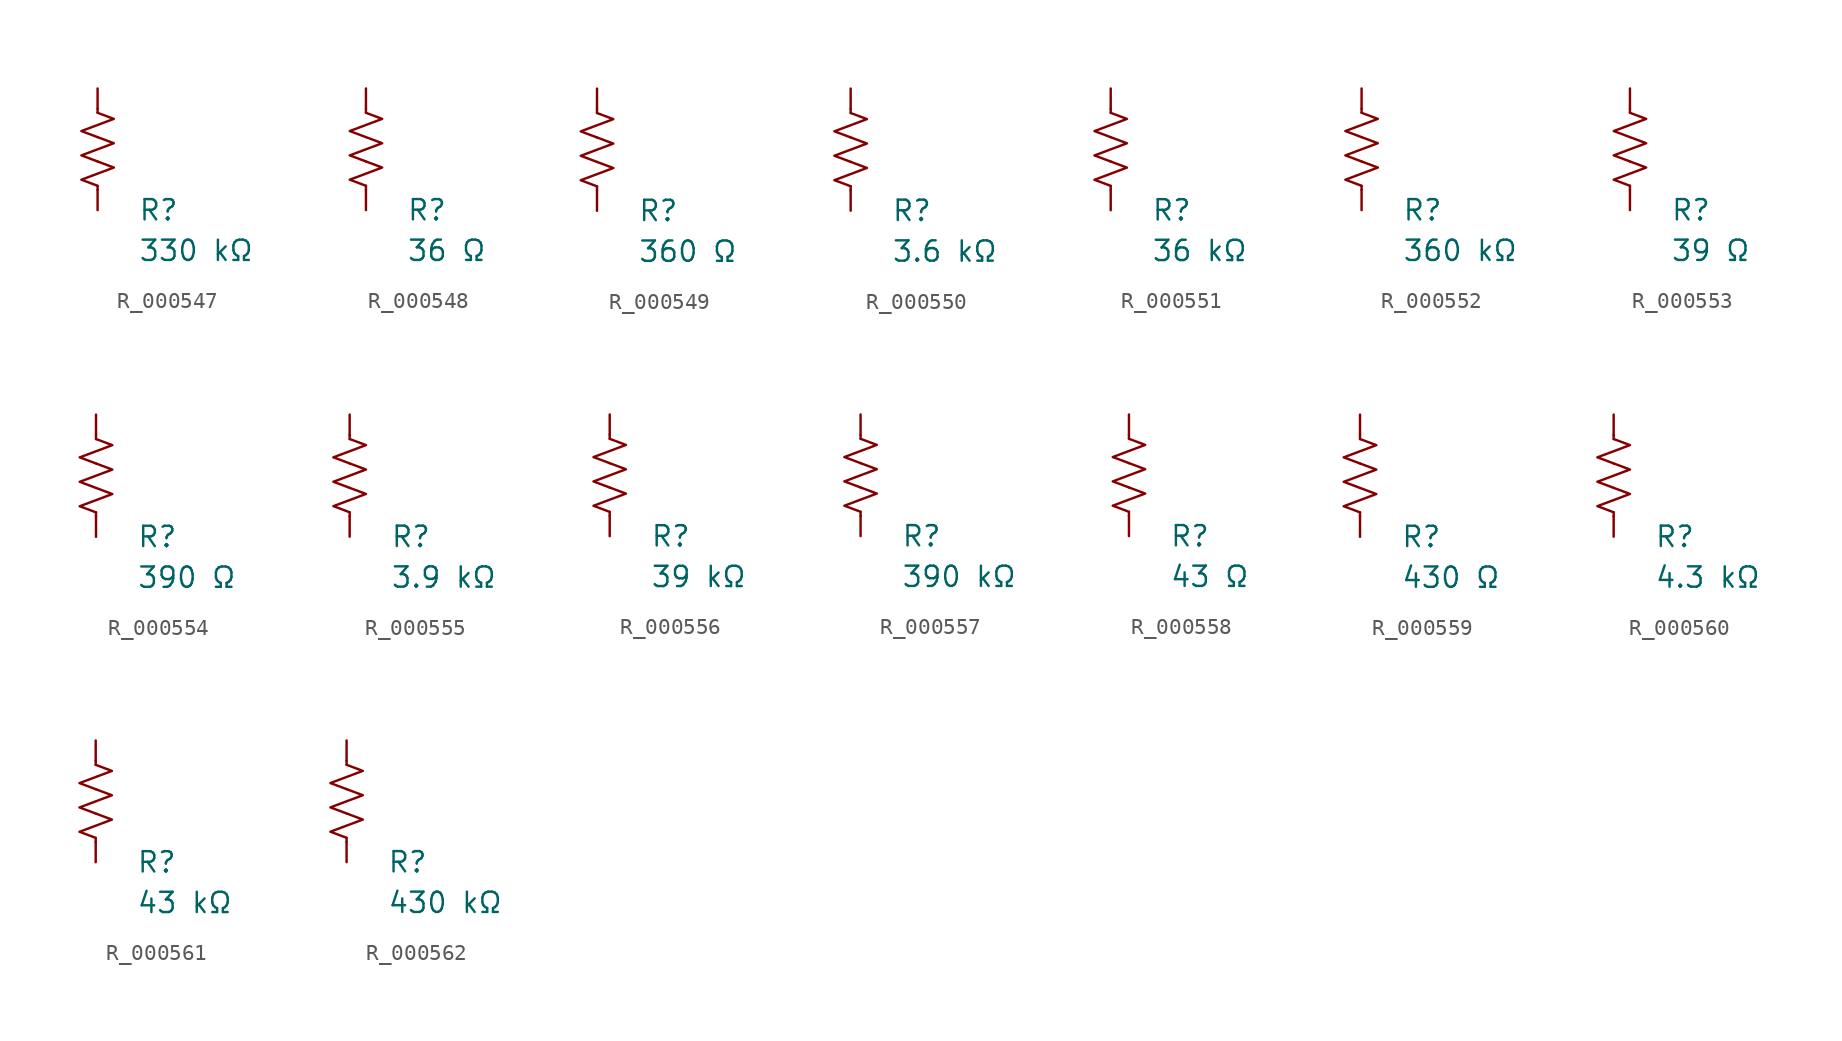
<source format=kicad_sym>
(kicad_symbol_lib
  (version 20231120)
  (generator "kicad_symbol_editor")
  (generator_version "8.0")
  (symbol "R_000547"
    (pin_numbers hide)
    (pin_names
      (offset 0))
    (property "Reference" "R"
      (at 2.54 -3.81 0)
      (effects (font (size 1.27 1.27)) (justify left))
      (show_name no))
    (property "Value" "330 kΩ"
      (at 2.54 -6.35 0)
      (effects (font (size 1.27 1.27)) (justify left))
      (show_name no))
    (symbol "R_000547_0_1"
      (polyline (pts (xy 0 -2.286) (xy 0 -2.54)) (stroke (width 0) (type default)) (fill (type none)))
      (polyline (pts (xy 0 2.286) (xy 0 2.54)) (stroke (width 0) (type default)) (fill (type none)))
      (polyline (pts (xy 0 -0.762) (xy 1.016 -1.143) (xy 0 -1.524) (xy -1.016 -1.905) (xy 0 -2.286)) (stroke (width 0) (type default)) (fill (type none)))
      (polyline (pts (xy 0 0.762) (xy 1.016 0.381) (xy 0 0) (xy -1.016 -0.381) (xy 0 -0.762)) (stroke (width 0) (type default)) (fill (type none)))
      (polyline (pts (xy 0 2.286) (xy 1.016 1.905) (xy 0 1.524) (xy -1.016 1.143) (xy 0 0.762)) (stroke (width 0) (type default)) (fill (type none))))
    (symbol "R_000547_1_1"
      (pin passive line (at 0 3.81 270) (length 1.27) (name "~" (effects (font (size 1.27 1.27)))) (number "1" (effects (font (size 1.27 1.27)))))
      (pin passive line (at 0 -3.81 90) (length 1.27) (name "~" (effects (font (size 1.27 1.27)))) (number "2" (effects (font (size 1.27 1.27)))))))
  (symbol "R_000548"
    (pin_numbers hide)
    (pin_names
      (offset 0))
    (property "Reference" "R"
      (at 2.54 -3.81 0)
      (effects (font (size 1.27 1.27)) (justify left))
      (show_name no))
    (property "Value" "36 Ω"
      (at 2.54 -6.35 0)
      (effects (font (size 1.27 1.27)) (justify left))
      (show_name no))
    (symbol "R_000548_0_1"
      (polyline (pts (xy 0 -2.286) (xy 0 -2.54)) (stroke (width 0) (type default)) (fill (type none)))
      (polyline (pts (xy 0 2.286) (xy 0 2.54)) (stroke (width 0) (type default)) (fill (type none)))
      (polyline (pts (xy 0 -0.762) (xy 1.016 -1.143) (xy 0 -1.524) (xy -1.016 -1.905) (xy 0 -2.286)) (stroke (width 0) (type default)) (fill (type none)))
      (polyline (pts (xy 0 0.762) (xy 1.016 0.381) (xy 0 0) (xy -1.016 -0.381) (xy 0 -0.762)) (stroke (width 0) (type default)) (fill (type none)))
      (polyline (pts (xy 0 2.286) (xy 1.016 1.905) (xy 0 1.524) (xy -1.016 1.143) (xy 0 0.762)) (stroke (width 0) (type default)) (fill (type none))))
    (symbol "R_000548_1_1"
      (pin passive line (at 0 3.81 270) (length 1.27) (name "~" (effects (font (size 1.27 1.27)))) (number "1" (effects (font (size 1.27 1.27)))))
      (pin passive line (at 0 -3.81 90) (length 1.27) (name "~" (effects (font (size 1.27 1.27)))) (number "2" (effects (font (size 1.27 1.27)))))))
  (symbol "R_000549"
    (pin_numbers hide)
    (pin_names
      (offset 0))
    (property "Reference" "R"
      (at 2.54 -3.81 0)
      (effects (font (size 1.27 1.27)) (justify left))
      (show_name no))
    (property "Value" "360 Ω"
      (at 2.54 -6.35 0)
      (effects (font (size 1.27 1.27)) (justify left))
      (show_name no))
    (symbol "R_000549_0_1"
      (polyline (pts (xy 0 -2.286) (xy 0 -2.54)) (stroke (width 0) (type default)) (fill (type none)))
      (polyline (pts (xy 0 2.286) (xy 0 2.54)) (stroke (width 0) (type default)) (fill (type none)))
      (polyline (pts (xy 0 -0.762) (xy 1.016 -1.143) (xy 0 -1.524) (xy -1.016 -1.905) (xy 0 -2.286)) (stroke (width 0) (type default)) (fill (type none)))
      (polyline (pts (xy 0 0.762) (xy 1.016 0.381) (xy 0 0) (xy -1.016 -0.381) (xy 0 -0.762)) (stroke (width 0) (type default)) (fill (type none)))
      (polyline (pts (xy 0 2.286) (xy 1.016 1.905) (xy 0 1.524) (xy -1.016 1.143) (xy 0 0.762)) (stroke (width 0) (type default)) (fill (type none))))
    (symbol "R_000549_1_1"
      (pin passive line (at 0 3.81 270) (length 1.27) (name "~" (effects (font (size 1.27 1.27)))) (number "1" (effects (font (size 1.27 1.27)))))
      (pin passive line (at 0 -3.81 90) (length 1.27) (name "~" (effects (font (size 1.27 1.27)))) (number "2" (effects (font (size 1.27 1.27)))))))
  (symbol "R_000550"
    (pin_numbers hide)
    (pin_names
      (offset 0))
    (property "Reference" "R"
      (at 2.54 -3.81 0)
      (effects (font (size 1.27 1.27)) (justify left))
      (show_name no))
    (property "Value" "3.6 kΩ"
      (at 2.54 -6.35 0)
      (effects (font (size 1.27 1.27)) (justify left))
      (show_name no))
    (symbol "R_000550_0_1"
      (polyline (pts (xy 0 -2.286) (xy 0 -2.54)) (stroke (width 0) (type default)) (fill (type none)))
      (polyline (pts (xy 0 2.286) (xy 0 2.54)) (stroke (width 0) (type default)) (fill (type none)))
      (polyline (pts (xy 0 -0.762) (xy 1.016 -1.143) (xy 0 -1.524) (xy -1.016 -1.905) (xy 0 -2.286)) (stroke (width 0) (type default)) (fill (type none)))
      (polyline (pts (xy 0 0.762) (xy 1.016 0.381) (xy 0 0) (xy -1.016 -0.381) (xy 0 -0.762)) (stroke (width 0) (type default)) (fill (type none)))
      (polyline (pts (xy 0 2.286) (xy 1.016 1.905) (xy 0 1.524) (xy -1.016 1.143) (xy 0 0.762)) (stroke (width 0) (type default)) (fill (type none))))
    (symbol "R_000550_1_1"
      (pin passive line (at 0 3.81 270) (length 1.27) (name "~" (effects (font (size 1.27 1.27)))) (number "1" (effects (font (size 1.27 1.27)))))
      (pin passive line (at 0 -3.81 90) (length 1.27) (name "~" (effects (font (size 1.27 1.27)))) (number "2" (effects (font (size 1.27 1.27)))))))
  (symbol "R_000551"
    (pin_numbers hide)
    (pin_names
      (offset 0))
    (property "Reference" "R"
      (at 2.54 -3.81 0)
      (effects (font (size 1.27 1.27)) (justify left))
      (show_name no))
    (property "Value" "36 kΩ"
      (at 2.54 -6.35 0)
      (effects (font (size 1.27 1.27)) (justify left))
      (show_name no))
    (symbol "R_000551_0_1"
      (polyline (pts (xy 0 -2.286) (xy 0 -2.54)) (stroke (width 0) (type default)) (fill (type none)))
      (polyline (pts (xy 0 2.286) (xy 0 2.54)) (stroke (width 0) (type default)) (fill (type none)))
      (polyline (pts (xy 0 -0.762) (xy 1.016 -1.143) (xy 0 -1.524) (xy -1.016 -1.905) (xy 0 -2.286)) (stroke (width 0) (type default)) (fill (type none)))
      (polyline (pts (xy 0 0.762) (xy 1.016 0.381) (xy 0 0) (xy -1.016 -0.381) (xy 0 -0.762)) (stroke (width 0) (type default)) (fill (type none)))
      (polyline (pts (xy 0 2.286) (xy 1.016 1.905) (xy 0 1.524) (xy -1.016 1.143) (xy 0 0.762)) (stroke (width 0) (type default)) (fill (type none))))
    (symbol "R_000551_1_1"
      (pin passive line (at 0 3.81 270) (length 1.27) (name "~" (effects (font (size 1.27 1.27)))) (number "1" (effects (font (size 1.27 1.27)))))
      (pin passive line (at 0 -3.81 90) (length 1.27) (name "~" (effects (font (size 1.27 1.27)))) (number "2" (effects (font (size 1.27 1.27)))))))
  (symbol "R_000552"
    (pin_numbers hide)
    (pin_names
      (offset 0))
    (property "Reference" "R"
      (at 2.54 -3.81 0)
      (effects (font (size 1.27 1.27)) (justify left))
      (show_name no))
    (property "Value" "360 kΩ"
      (at 2.54 -6.35 0)
      (effects (font (size 1.27 1.27)) (justify left))
      (show_name no))
    (symbol "R_000552_0_1"
      (polyline (pts (xy 0 -2.286) (xy 0 -2.54)) (stroke (width 0) (type default)) (fill (type none)))
      (polyline (pts (xy 0 2.286) (xy 0 2.54)) (stroke (width 0) (type default)) (fill (type none)))
      (polyline (pts (xy 0 -0.762) (xy 1.016 -1.143) (xy 0 -1.524) (xy -1.016 -1.905) (xy 0 -2.286)) (stroke (width 0) (type default)) (fill (type none)))
      (polyline (pts (xy 0 0.762) (xy 1.016 0.381) (xy 0 0) (xy -1.016 -0.381) (xy 0 -0.762)) (stroke (width 0) (type default)) (fill (type none)))
      (polyline (pts (xy 0 2.286) (xy 1.016 1.905) (xy 0 1.524) (xy -1.016 1.143) (xy 0 0.762)) (stroke (width 0) (type default)) (fill (type none))))
    (symbol "R_000552_1_1"
      (pin passive line (at 0 3.81 270) (length 1.27) (name "~" (effects (font (size 1.27 1.27)))) (number "1" (effects (font (size 1.27 1.27)))))
      (pin passive line (at 0 -3.81 90) (length 1.27) (name "~" (effects (font (size 1.27 1.27)))) (number "2" (effects (font (size 1.27 1.27)))))))
  (symbol "R_000553"
    (pin_numbers hide)
    (pin_names
      (offset 0))
    (property "Reference" "R"
      (at 2.54 -3.81 0)
      (effects (font (size 1.27 1.27)) (justify left))
      (show_name no))
    (property "Value" "39 Ω"
      (at 2.54 -6.35 0)
      (effects (font (size 1.27 1.27)) (justify left))
      (show_name no))
    (symbol "R_000553_0_1"
      (polyline (pts (xy 0 -2.286) (xy 0 -2.54)) (stroke (width 0) (type default)) (fill (type none)))
      (polyline (pts (xy 0 2.286) (xy 0 2.54)) (stroke (width 0) (type default)) (fill (type none)))
      (polyline (pts (xy 0 -0.762) (xy 1.016 -1.143) (xy 0 -1.524) (xy -1.016 -1.905) (xy 0 -2.286)) (stroke (width 0) (type default)) (fill (type none)))
      (polyline (pts (xy 0 0.762) (xy 1.016 0.381) (xy 0 0) (xy -1.016 -0.381) (xy 0 -0.762)) (stroke (width 0) (type default)) (fill (type none)))
      (polyline (pts (xy 0 2.286) (xy 1.016 1.905) (xy 0 1.524) (xy -1.016 1.143) (xy 0 0.762)) (stroke (width 0) (type default)) (fill (type none))))
    (symbol "R_000553_1_1"
      (pin passive line (at 0 3.81 270) (length 1.27) (name "~" (effects (font (size 1.27 1.27)))) (number "1" (effects (font (size 1.27 1.27)))))
      (pin passive line (at 0 -3.81 90) (length 1.27) (name "~" (effects (font (size 1.27 1.27)))) (number "2" (effects (font (size 1.27 1.27)))))))
  (symbol "R_000554"
    (pin_numbers hide)
    (pin_names
      (offset 0))
    (property "Reference" "R"
      (at 2.54 -3.81 0)
      (effects (font (size 1.27 1.27)) (justify left))
      (show_name no))
    (property "Value" "390 Ω"
      (at 2.54 -6.35 0)
      (effects (font (size 1.27 1.27)) (justify left))
      (show_name no))
    (symbol "R_000554_0_1"
      (polyline (pts (xy 0 -2.286) (xy 0 -2.54)) (stroke (width 0) (type default)) (fill (type none)))
      (polyline (pts (xy 0 2.286) (xy 0 2.54)) (stroke (width 0) (type default)) (fill (type none)))
      (polyline (pts (xy 0 -0.762) (xy 1.016 -1.143) (xy 0 -1.524) (xy -1.016 -1.905) (xy 0 -2.286)) (stroke (width 0) (type default)) (fill (type none)))
      (polyline (pts (xy 0 0.762) (xy 1.016 0.381) (xy 0 0) (xy -1.016 -0.381) (xy 0 -0.762)) (stroke (width 0) (type default)) (fill (type none)))
      (polyline (pts (xy 0 2.286) (xy 1.016 1.905) (xy 0 1.524) (xy -1.016 1.143) (xy 0 0.762)) (stroke (width 0) (type default)) (fill (type none))))
    (symbol "R_000554_1_1"
      (pin passive line (at 0 3.81 270) (length 1.27) (name "~" (effects (font (size 1.27 1.27)))) (number "1" (effects (font (size 1.27 1.27)))))
      (pin passive line (at 0 -3.81 90) (length 1.27) (name "~" (effects (font (size 1.27 1.27)))) (number "2" (effects (font (size 1.27 1.27)))))))
  (symbol "R_000555"
    (pin_numbers hide)
    (pin_names
      (offset 0))
    (property "Reference" "R"
      (at 2.54 -3.81 0)
      (effects (font (size 1.27 1.27)) (justify left))
      (show_name no))
    (property "Value" "3.9 kΩ"
      (at 2.54 -6.35 0)
      (effects (font (size 1.27 1.27)) (justify left))
      (show_name no))
    (symbol "R_000555_0_1"
      (polyline (pts (xy 0 -2.286) (xy 0 -2.54)) (stroke (width 0) (type default)) (fill (type none)))
      (polyline (pts (xy 0 2.286) (xy 0 2.54)) (stroke (width 0) (type default)) (fill (type none)))
      (polyline (pts (xy 0 -0.762) (xy 1.016 -1.143) (xy 0 -1.524) (xy -1.016 -1.905) (xy 0 -2.286)) (stroke (width 0) (type default)) (fill (type none)))
      (polyline (pts (xy 0 0.762) (xy 1.016 0.381) (xy 0 0) (xy -1.016 -0.381) (xy 0 -0.762)) (stroke (width 0) (type default)) (fill (type none)))
      (polyline (pts (xy 0 2.286) (xy 1.016 1.905) (xy 0 1.524) (xy -1.016 1.143) (xy 0 0.762)) (stroke (width 0) (type default)) (fill (type none))))
    (symbol "R_000555_1_1"
      (pin passive line (at 0 3.81 270) (length 1.27) (name "~" (effects (font (size 1.27 1.27)))) (number "1" (effects (font (size 1.27 1.27)))))
      (pin passive line (at 0 -3.81 90) (length 1.27) (name "~" (effects (font (size 1.27 1.27)))) (number "2" (effects (font (size 1.27 1.27)))))))
  (symbol "R_000556"
    (pin_numbers hide)
    (pin_names
      (offset 0))
    (property "Reference" "R"
      (at 2.54 -3.81 0)
      (effects (font (size 1.27 1.27)) (justify left))
      (show_name no))
    (property "Value" "39 kΩ"
      (at 2.54 -6.35 0)
      (effects (font (size 1.27 1.27)) (justify left))
      (show_name no))
    (symbol "R_000556_0_1"
      (polyline (pts (xy 0 -2.286) (xy 0 -2.54)) (stroke (width 0) (type default)) (fill (type none)))
      (polyline (pts (xy 0 2.286) (xy 0 2.54)) (stroke (width 0) (type default)) (fill (type none)))
      (polyline (pts (xy 0 -0.762) (xy 1.016 -1.143) (xy 0 -1.524) (xy -1.016 -1.905) (xy 0 -2.286)) (stroke (width 0) (type default)) (fill (type none)))
      (polyline (pts (xy 0 0.762) (xy 1.016 0.381) (xy 0 0) (xy -1.016 -0.381) (xy 0 -0.762)) (stroke (width 0) (type default)) (fill (type none)))
      (polyline (pts (xy 0 2.286) (xy 1.016 1.905) (xy 0 1.524) (xy -1.016 1.143) (xy 0 0.762)) (stroke (width 0) (type default)) (fill (type none))))
    (symbol "R_000556_1_1"
      (pin passive line (at 0 3.81 270) (length 1.27) (name "~" (effects (font (size 1.27 1.27)))) (number "1" (effects (font (size 1.27 1.27)))))
      (pin passive line (at 0 -3.81 90) (length 1.27) (name "~" (effects (font (size 1.27 1.27)))) (number "2" (effects (font (size 1.27 1.27)))))))
  (symbol "R_000557"
    (pin_numbers hide)
    (pin_names
      (offset 0))
    (property "Reference" "R"
      (at 2.54 -3.81 0)
      (effects (font (size 1.27 1.27)) (justify left))
      (show_name no))
    (property "Value" "390 kΩ"
      (at 2.54 -6.35 0)
      (effects (font (size 1.27 1.27)) (justify left))
      (show_name no))
    (symbol "R_000557_0_1"
      (polyline (pts (xy 0 -2.286) (xy 0 -2.54)) (stroke (width 0) (type default)) (fill (type none)))
      (polyline (pts (xy 0 2.286) (xy 0 2.54)) (stroke (width 0) (type default)) (fill (type none)))
      (polyline (pts (xy 0 -0.762) (xy 1.016 -1.143) (xy 0 -1.524) (xy -1.016 -1.905) (xy 0 -2.286)) (stroke (width 0) (type default)) (fill (type none)))
      (polyline (pts (xy 0 0.762) (xy 1.016 0.381) (xy 0 0) (xy -1.016 -0.381) (xy 0 -0.762)) (stroke (width 0) (type default)) (fill (type none)))
      (polyline (pts (xy 0 2.286) (xy 1.016 1.905) (xy 0 1.524) (xy -1.016 1.143) (xy 0 0.762)) (stroke (width 0) (type default)) (fill (type none))))
    (symbol "R_000557_1_1"
      (pin passive line (at 0 3.81 270) (length 1.27) (name "~" (effects (font (size 1.27 1.27)))) (number "1" (effects (font (size 1.27 1.27)))))
      (pin passive line (at 0 -3.81 90) (length 1.27) (name "~" (effects (font (size 1.27 1.27)))) (number "2" (effects (font (size 1.27 1.27)))))))
  (symbol "R_000558"
    (pin_numbers hide)
    (pin_names
      (offset 0))
    (property "Reference" "R"
      (at 2.54 -3.81 0)
      (effects (font (size 1.27 1.27)) (justify left))
      (show_name no))
    (property "Value" "43 Ω"
      (at 2.54 -6.35 0)
      (effects (font (size 1.27 1.27)) (justify left))
      (show_name no))
    (symbol "R_000558_0_1"
      (polyline (pts (xy 0 -2.286) (xy 0 -2.54)) (stroke (width 0) (type default)) (fill (type none)))
      (polyline (pts (xy 0 2.286) (xy 0 2.54)) (stroke (width 0) (type default)) (fill (type none)))
      (polyline (pts (xy 0 -0.762) (xy 1.016 -1.143) (xy 0 -1.524) (xy -1.016 -1.905) (xy 0 -2.286)) (stroke (width 0) (type default)) (fill (type none)))
      (polyline (pts (xy 0 0.762) (xy 1.016 0.381) (xy 0 0) (xy -1.016 -0.381) (xy 0 -0.762)) (stroke (width 0) (type default)) (fill (type none)))
      (polyline (pts (xy 0 2.286) (xy 1.016 1.905) (xy 0 1.524) (xy -1.016 1.143) (xy 0 0.762)) (stroke (width 0) (type default)) (fill (type none))))
    (symbol "R_000558_1_1"
      (pin passive line (at 0 3.81 270) (length 1.27) (name "~" (effects (font (size 1.27 1.27)))) (number "1" (effects (font (size 1.27 1.27)))))
      (pin passive line (at 0 -3.81 90) (length 1.27) (name "~" (effects (font (size 1.27 1.27)))) (number "2" (effects (font (size 1.27 1.27)))))))
  (symbol "R_000559"
    (pin_numbers hide)
    (pin_names
      (offset 0))
    (property "Reference" "R"
      (at 2.54 -3.81 0)
      (effects (font (size 1.27 1.27)) (justify left))
      (show_name no))
    (property "Value" "430 Ω"
      (at 2.54 -6.35 0)
      (effects (font (size 1.27 1.27)) (justify left))
      (show_name no))
    (symbol "R_000559_0_1"
      (polyline (pts (xy 0 -2.286) (xy 0 -2.54)) (stroke (width 0) (type default)) (fill (type none)))
      (polyline (pts (xy 0 2.286) (xy 0 2.54)) (stroke (width 0) (type default)) (fill (type none)))
      (polyline (pts (xy 0 -0.762) (xy 1.016 -1.143) (xy 0 -1.524) (xy -1.016 -1.905) (xy 0 -2.286)) (stroke (width 0) (type default)) (fill (type none)))
      (polyline (pts (xy 0 0.762) (xy 1.016 0.381) (xy 0 0) (xy -1.016 -0.381) (xy 0 -0.762)) (stroke (width 0) (type default)) (fill (type none)))
      (polyline (pts (xy 0 2.286) (xy 1.016 1.905) (xy 0 1.524) (xy -1.016 1.143) (xy 0 0.762)) (stroke (width 0) (type default)) (fill (type none))))
    (symbol "R_000559_1_1"
      (pin passive line (at 0 3.81 270) (length 1.27) (name "~" (effects (font (size 1.27 1.27)))) (number "1" (effects (font (size 1.27 1.27)))))
      (pin passive line (at 0 -3.81 90) (length 1.27) (name "~" (effects (font (size 1.27 1.27)))) (number "2" (effects (font (size 1.27 1.27)))))))
  (symbol "R_000560"
    (pin_numbers hide)
    (pin_names
      (offset 0))
    (property "Reference" "R"
      (at 2.54 -3.81 0)
      (effects (font (size 1.27 1.27)) (justify left))
      (show_name no))
    (property "Value" "4.3 kΩ"
      (at 2.54 -6.35 0)
      (effects (font (size 1.27 1.27)) (justify left))
      (show_name no))
    (symbol "R_000560_0_1"
      (polyline (pts (xy 0 -2.286) (xy 0 -2.54)) (stroke (width 0) (type default)) (fill (type none)))
      (polyline (pts (xy 0 2.286) (xy 0 2.54)) (stroke (width 0) (type default)) (fill (type none)))
      (polyline (pts (xy 0 -0.762) (xy 1.016 -1.143) (xy 0 -1.524) (xy -1.016 -1.905) (xy 0 -2.286)) (stroke (width 0) (type default)) (fill (type none)))
      (polyline (pts (xy 0 0.762) (xy 1.016 0.381) (xy 0 0) (xy -1.016 -0.381) (xy 0 -0.762)) (stroke (width 0) (type default)) (fill (type none)))
      (polyline (pts (xy 0 2.286) (xy 1.016 1.905) (xy 0 1.524) (xy -1.016 1.143) (xy 0 0.762)) (stroke (width 0) (type default)) (fill (type none))))
    (symbol "R_000560_1_1"
      (pin passive line (at 0 3.81 270) (length 1.27) (name "~" (effects (font (size 1.27 1.27)))) (number "1" (effects (font (size 1.27 1.27)))))
      (pin passive line (at 0 -3.81 90) (length 1.27) (name "~" (effects (font (size 1.27 1.27)))) (number "2" (effects (font (size 1.27 1.27)))))))
  (symbol "R_000561"
    (pin_numbers hide)
    (pin_names
      (offset 0))
    (property "Reference" "R"
      (at 2.54 -3.81 0)
      (effects (font (size 1.27 1.27)) (justify left))
      (show_name no))
    (property "Value" "43 kΩ"
      (at 2.54 -6.35 0)
      (effects (font (size 1.27 1.27)) (justify left))
      (show_name no))
    (symbol "R_000561_0_1"
      (polyline (pts (xy 0 -2.286) (xy 0 -2.54)) (stroke (width 0) (type default)) (fill (type none)))
      (polyline (pts (xy 0 2.286) (xy 0 2.54)) (stroke (width 0) (type default)) (fill (type none)))
      (polyline (pts (xy 0 -0.762) (xy 1.016 -1.143) (xy 0 -1.524) (xy -1.016 -1.905) (xy 0 -2.286)) (stroke (width 0) (type default)) (fill (type none)))
      (polyline (pts (xy 0 0.762) (xy 1.016 0.381) (xy 0 0) (xy -1.016 -0.381) (xy 0 -0.762)) (stroke (width 0) (type default)) (fill (type none)))
      (polyline (pts (xy 0 2.286) (xy 1.016 1.905) (xy 0 1.524) (xy -1.016 1.143) (xy 0 0.762)) (stroke (width 0) (type default)) (fill (type none))))
    (symbol "R_000561_1_1"
      (pin passive line (at 0 3.81 270) (length 1.27) (name "~" (effects (font (size 1.27 1.27)))) (number "1" (effects (font (size 1.27 1.27)))))
      (pin passive line (at 0 -3.81 90) (length 1.27) (name "~" (effects (font (size 1.27 1.27)))) (number "2" (effects (font (size 1.27 1.27)))))))
  (symbol "R_000562"
    (pin_numbers hide)
    (pin_names
      (offset 0))
    (property "Reference" "R"
      (at 2.54 -3.81 0)
      (effects (font (size 1.27 1.27)) (justify left))
      (show_name no))
    (property "Value" "430 kΩ"
      (at 2.54 -6.35 0)
      (effects (font (size 1.27 1.27)) (justify left))
      (show_name no))
    (symbol "R_000562_0_1"
      (polyline (pts (xy 0 -2.286) (xy 0 -2.54)) (stroke (width 0) (type default)) (fill (type none)))
      (polyline (pts (xy 0 2.286) (xy 0 2.54)) (stroke (width 0) (type default)) (fill (type none)))
      (polyline (pts (xy 0 -0.762) (xy 1.016 -1.143) (xy 0 -1.524) (xy -1.016 -1.905) (xy 0 -2.286)) (stroke (width 0) (type default)) (fill (type none)))
      (polyline (pts (xy 0 0.762) (xy 1.016 0.381) (xy 0 0) (xy -1.016 -0.381) (xy 0 -0.762)) (stroke (width 0) (type default)) (fill (type none)))
      (polyline (pts (xy 0 2.286) (xy 1.016 1.905) (xy 0 1.524) (xy -1.016 1.143) (xy 0 0.762)) (stroke (width 0) (type default)) (fill (type none))))
    (symbol "R_000562_1_1"
      (pin passive line (at 0 3.81 270) (length 1.27) (name "~" (effects (font (size 1.27 1.27)))) (number "1" (effects (font (size 1.27 1.27)))))
      (pin passive line (at 0 -3.81 90) (length 1.27) (name "~" (effects (font (size 1.27 1.27)))) (number "2" (effects (font (size 1.27 1.27))))))))
</source>
